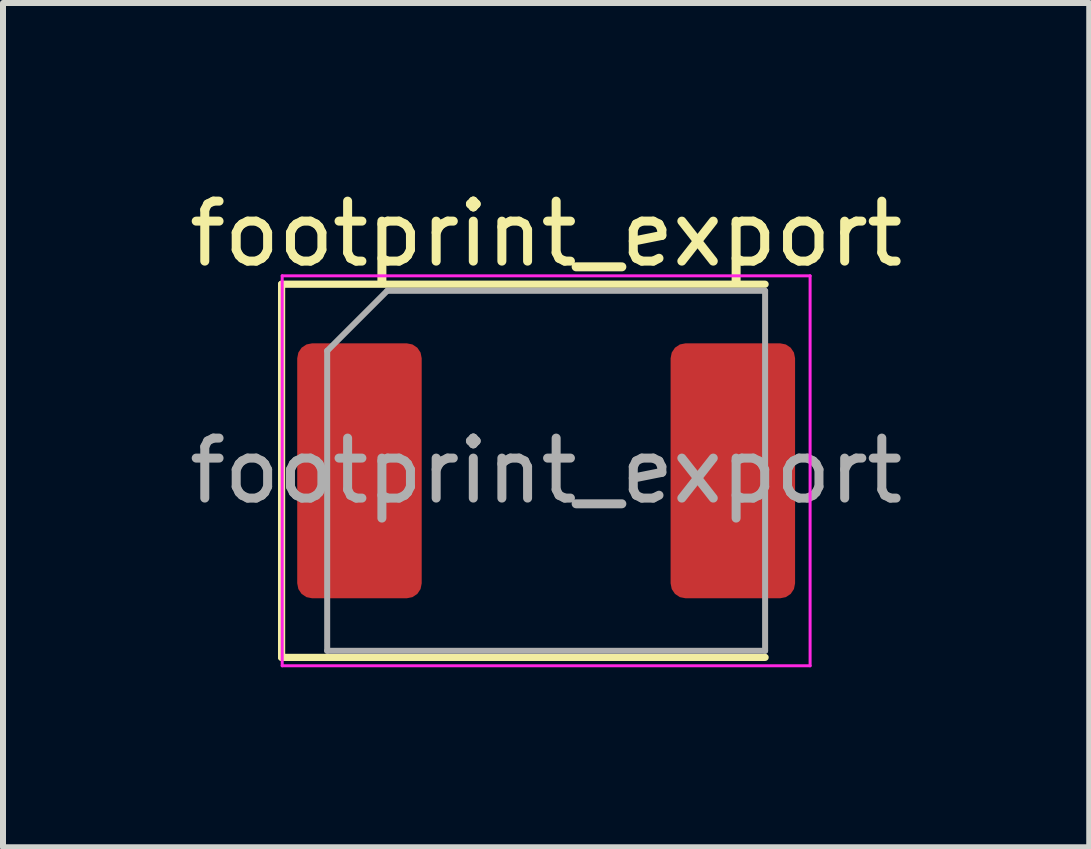
<source format=kicad_pcb>
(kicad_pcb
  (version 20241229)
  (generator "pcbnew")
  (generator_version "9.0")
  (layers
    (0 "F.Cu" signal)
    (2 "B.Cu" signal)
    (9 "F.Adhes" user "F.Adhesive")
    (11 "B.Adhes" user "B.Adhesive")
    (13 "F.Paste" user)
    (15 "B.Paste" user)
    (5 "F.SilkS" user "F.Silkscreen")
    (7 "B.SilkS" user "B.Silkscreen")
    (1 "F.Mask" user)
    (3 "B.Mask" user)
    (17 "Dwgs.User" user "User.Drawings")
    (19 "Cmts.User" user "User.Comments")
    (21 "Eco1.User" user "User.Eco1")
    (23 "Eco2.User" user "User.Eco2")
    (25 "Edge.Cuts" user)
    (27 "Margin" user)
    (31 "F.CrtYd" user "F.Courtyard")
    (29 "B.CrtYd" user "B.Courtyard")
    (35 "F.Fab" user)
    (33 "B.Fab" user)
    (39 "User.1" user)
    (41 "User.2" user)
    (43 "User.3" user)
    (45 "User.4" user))
  (footprint "footprint_export"
    (layer "F.Cu")
    (at 6.054 4.798)
    (property "Reference" "footprint_export" (at 0 -3.95 0) (layer "F.SilkS") (effects (font (size 1 1) (thickness 0.15))))
    (attr smd)
    (fp_line (start -4.41 -3.11) (end -4.41 3.11) (stroke (width 0.12) (type solid)) (layer "F.SilkS"))
    (fp_line (start -4.41 3.11) (end 3.65 3.11) (stroke (width 0.12) (type solid)) (layer "F.SilkS"))
    (fp_line (start 3.65 -3.11) (end -4.41 -3.11) (stroke (width 0.12) (type solid)) (layer "F.SilkS"))
    (fp_line (start -4.4 -3.25) (end 4.4 -3.25) (stroke (width 0.05) (type solid)) (layer "F.CrtYd"))
    (fp_line (start -4.4 3.25) (end -4.4 -3.25) (stroke (width 0.05) (type solid)) (layer "F.CrtYd"))
    (fp_line (start 4.4 -3.25) (end 4.4 3.25) (stroke (width 0.05) (type solid)) (layer "F.CrtYd"))
    (fp_line (start 4.4 3.25) (end -4.4 3.25) (stroke (width 0.05) (type solid)) (layer "F.CrtYd"))
    (fp_line (start -3.65 -2) (end -3.65 3) (stroke (width 0.1) (type solid)) (layer "F.Fab"))
    (fp_line (start -3.65 3) (end 3.65 3) (stroke (width 0.1) (type solid)) (layer "F.Fab"))
    (fp_line (start -2.65 -3) (end -3.65 -2) (stroke (width 0.1) (type solid)) (layer "F.Fab"))
    (fp_line (start 3.65 -3) (end -2.65 -3) (stroke (width 0.1) (type solid)) (layer "F.Fab"))
    (fp_line (start 3.65 3) (end 3.65 -3) (stroke (width 0.1) (type solid)) (layer "F.Fab"))
    (fp_text user "${REFERENCE}" (at 0 0 0) (layer "F.Fab") (effects (font (size 1 1) (thickness 0.15))))
    (pad "1" smd roundrect (at -3.112 0) (size 2.075 4.25) (layers "F.Cu" "F.Mask" "F.Paste") (roundrect_rratio 0.12))
    (pad "2" smd roundrect (at 3.112 0) (size 2.075 4.25) (layers "F.Cu" "F.Mask" "F.Paste") (roundrect_rratio 0.12)))
  (gr_rect
    (start -3 -3)
    (end 15.107 11.073)
    (stroke (width 0.1) (type default))
    (fill no)
    (layer "Edge.Cuts")))
</source>
